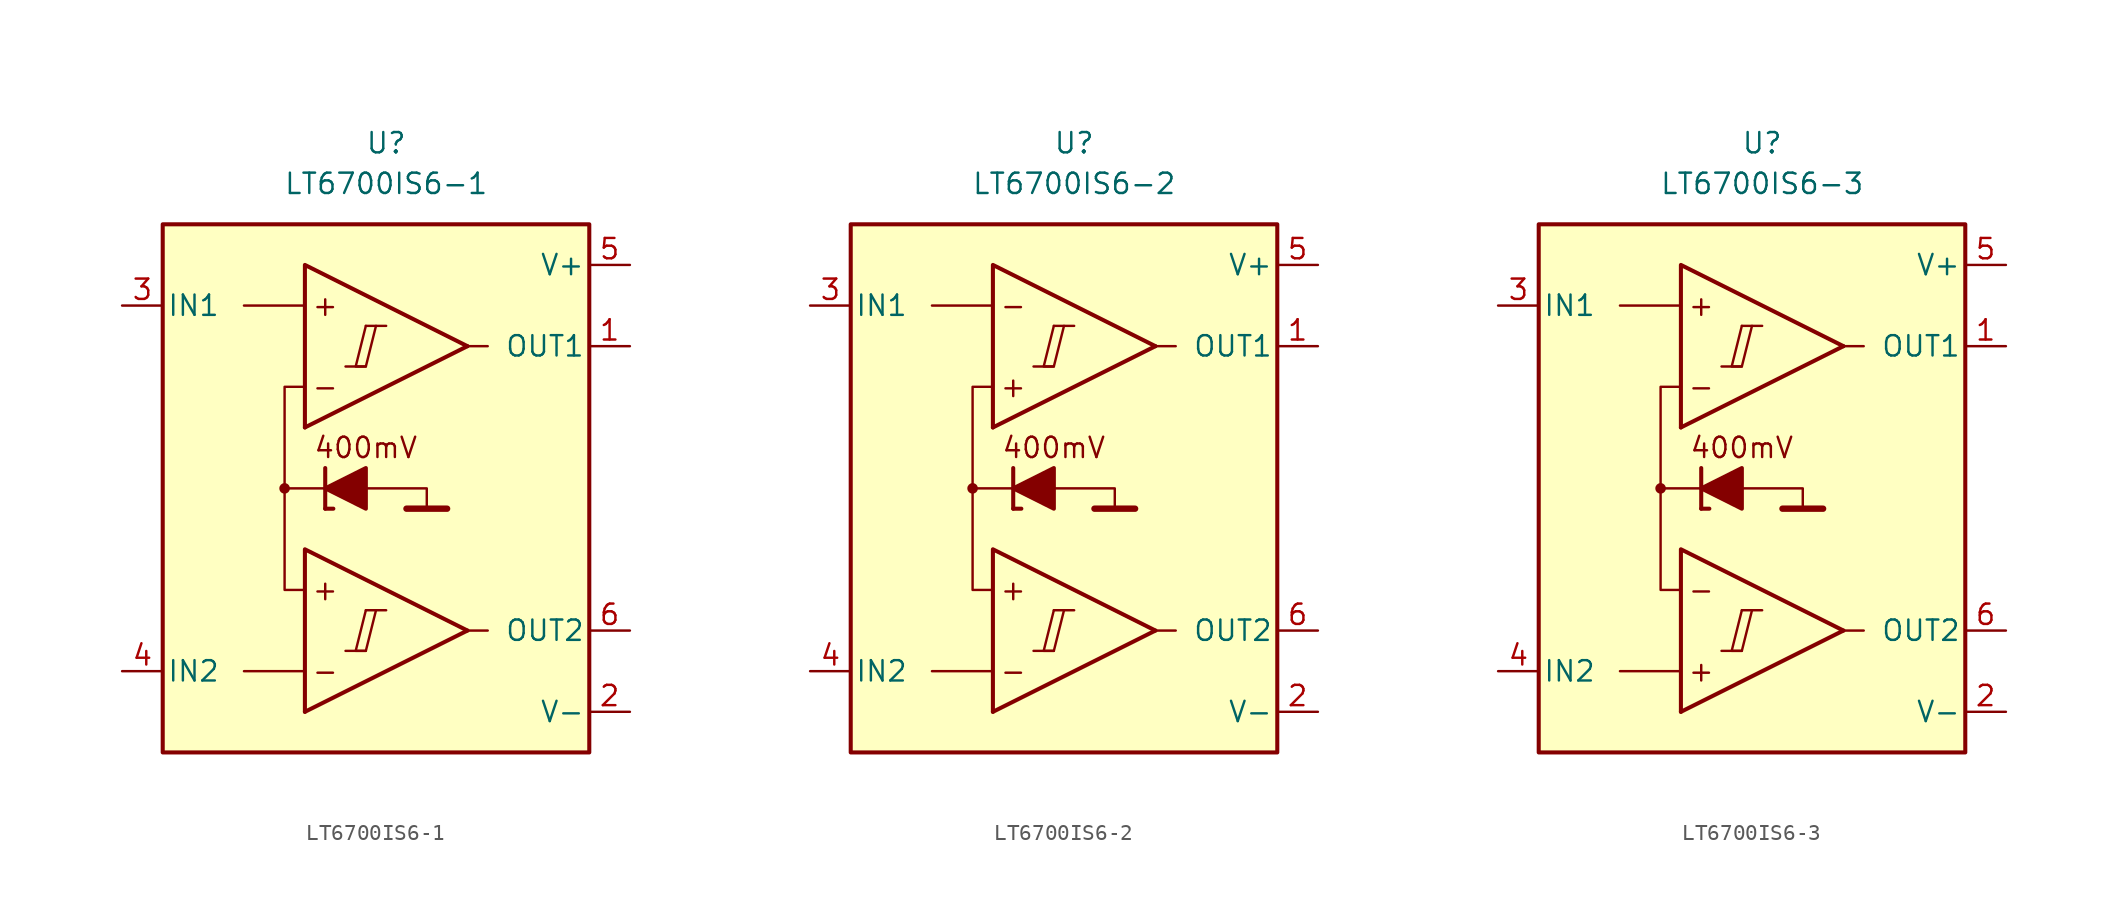
<source format=kicad_sym>
(kicad_symbol_lib
  (version 20211014)
  (generator kicad_symbol_editor)
  (symbol "LT6700IS6-1"
    (pin_names
      (offset 0.254))
    (property "Reference" "U"
      (at 0 22.86 0)
      (effects (font (size 1.27 1.27))))
    (property "Value" "LT6700IS6-1"
      (at 0 20.32 0)
      (effects (font (size 1.27 1.27))))
    (symbol "LT6700IS6-1_0_0"
      (rectangle (start -13.97 17.78) (end 12.7 -15.24) (stroke (width 0.254) (type default) (color 0 0 0 0)) (fill (type background)))
      (circle (center -6.35 1.27) (radius 0.254) (stroke (width 0.152) (type default) (color 0 0 0 0)) (fill (type outline)))
      (polyline (pts (xy -2.54 -8.89) (xy -1.27 -8.89)) (stroke (width 0.152) (type default) (color 0 0 0 0)) (fill (type none)))
      (polyline (pts (xy -2.54 8.89) (xy -1.27 8.89)) (stroke (width 0.152) (type default) (color 0 0 0 0)) (fill (type none)))
      (polyline (pts (xy -1.27 -6.35) (xy 0 -6.35)) (stroke (width 0.152) (type default) (color 0 0 0 0)) (fill (type none)))
      (polyline (pts (xy -1.27 11.43) (xy 0 11.43)) (stroke (width 0.152) (type default) (color 0 0 0 0)) (fill (type none)))
      (polyline (pts (xy 5.08 -7.62) (xy -5.08 -12.7)) (stroke (width 0.254) (type default) (color 0 0 0 0)) (fill (type none)))
      (polyline (pts (xy 5.08 10.16) (xy -5.08 5.08)) (stroke (width 0.254) (type default) (color 0 0 0 0)) (fill (type none)))
      (polyline (pts (xy 5.08 -7.62) (xy -5.08 -2.54) (xy -5.08 -12.7)) (stroke (width 0.254) (type default) (color 0 0 0 0)) (fill (type background)))
      (polyline (pts (xy 5.08 10.16) (xy -5.08 15.24) (xy -5.08 5.08)) (stroke (width 0.254) (type default) (color 0 0 0 0)) (fill (type background)))
      (polyline (pts (xy -1.27 -6.35) (xy -1.905 -8.89) (xy -1.27 -8.89) (xy -0.635 -6.35)) (stroke (width 0.152) (type default) (color 0 0 0 0)) (fill (type none)))
      (polyline (pts (xy -1.27 11.43) (xy -1.905 8.89) (xy -1.27 8.89) (xy -0.635 11.43)) (stroke (width 0.152) (type default) (color 0 0 0 0)) (fill (type none)))
      (text "+" (at -3.81 -5.08 0) (effects (font (size 1.27 1.27))))
      (text "+" (at -3.81 12.7 0) (effects (font (size 1.27 1.27))))
      (text "-" (at -3.81 -10.16 0) (effects (font (size 1.27 1.27))))
      (text "-" (at -3.81 7.62 0) (effects (font (size 1.27 1.27)))))
    (symbol "LT6700IS6-1_0_1"
      (polyline (pts (xy -5.08 -10.16) (xy -8.89 -10.16)) (stroke (width 0) (type default) (color 0 0 0 0)) (fill (type none)))
      (polyline (pts (xy -5.08 12.7) (xy -8.89 12.7)) (stroke (width 0) (type default) (color 0 0 0 0)) (fill (type none)))
      (polyline (pts (xy -3.81 0) (xy -3.81 2.54)) (stroke (width 0.254) (type default) (color 0 0 0 0)) (fill (type none)))
      (polyline (pts (xy -3.81 0) (xy -3.302 0)) (stroke (width 0.254) (type default) (color 0 0 0 0)) (fill (type none)))
      (polyline (pts (xy -3.81 1.27) (xy -6.35 1.27)) (stroke (width 0.152) (type default) (color 0 0 0 0)) (fill (type none)))
      (polyline (pts (xy 1.27 0) (xy 3.81 0)) (stroke (width 0.4) (type default) (color 0 0 0 0)) (fill (type none)))
      (polyline (pts (xy 5.08 -7.62) (xy 6.35 -7.62)) (stroke (width 0) (type default) (color 0 0 0 0)) (fill (type none)))
      (polyline (pts (xy 5.08 10.16) (xy 6.35 10.16)) (stroke (width 0) (type default) (color 0 0 0 0)) (fill (type none)))
      (polyline (pts (xy -1.27 1.27) (xy 2.54 1.27) (xy 2.54 0)) (stroke (width 0.152) (type default) (color 0 0 0 0)) (fill (type none)))
      (polyline (pts (xy -5.08 -5.08) (xy -6.35 -5.08) (xy -6.35 7.62) (xy -5.08 7.62)) (stroke (width 0.152) (type default) (color 0 0 0 0)) (fill (type none)))
      (polyline (pts (xy -1.27 2.54) (xy -1.27 0) (xy -3.81 1.27) (xy -1.27 2.54)) (stroke (width 0.254) (type default) (color 0 0 0 0)) (fill (type outline))))
    (symbol "LT6700IS6-1_1_0"
      (text "400mV" (at -1.27 3.81 0) (effects (font (size 1.27 1.27)))))
    (symbol "LT6700IS6-1_1_1"
      (pin output line (at 15.24 10.16 180) (length 2.54) (name "OUT1" (effects (font (size 1.27 1.27)))) (number "1" (effects (font (size 1.27 1.27)))))
      (pin power_in line (at 15.24 -12.7 180) (length 2.54) (name "V-" (effects (font (size 1.27 1.27)))) (number "2" (effects (font (size 1.27 1.27)))))
      (pin input line (at -16.51 12.7 0) (length 2.54) (name "IN1" (effects (font (size 1.27 1.27)))) (number "3" (effects (font (size 1.27 1.27)))))
      (pin input line (at -16.51 -10.16 0) (length 2.54) (name "IN2" (effects (font (size 1.27 1.27)))) (number "4" (effects (font (size 1.27 1.27)))))
      (pin power_in line (at 15.24 15.24 180) (length 2.54) (name "V+" (effects (font (size 1.27 1.27)))) (number "5" (effects (font (size 1.27 1.27)))))
      (pin output line (at 15.24 -7.62 180) (length 2.54) (name "OUT2" (effects (font (size 1.27 1.27)))) (number "6" (effects (font (size 1.27 1.27)))))))
  (symbol "LT6700IS6-2"
    (pin_names
      (offset 0.254))
    (property "Reference" "U"
      (at 0 22.86 0)
      (effects (font (size 1.27 1.27))))
    (property "Value" "LT6700IS6-2"
      (at 0 20.32 0)
      (effects (font (size 1.27 1.27))))
    (symbol "LT6700IS6-2_0_0"
      (rectangle (start -13.97 17.78) (end 12.7 -15.24) (stroke (width 0.254) (type default) (color 0 0 0 0)) (fill (type background)))
      (circle (center -6.35 1.27) (radius 0.254) (stroke (width 0.152) (type default) (color 0 0 0 0)) (fill (type outline)))
      (polyline (pts (xy -2.54 -8.89) (xy -1.27 -8.89)) (stroke (width 0.152) (type default) (color 0 0 0 0)) (fill (type none)))
      (polyline (pts (xy -2.54 8.89) (xy -1.27 8.89)) (stroke (width 0.152) (type default) (color 0 0 0 0)) (fill (type none)))
      (polyline (pts (xy -1.27 -6.35) (xy 0 -6.35)) (stroke (width 0.152) (type default) (color 0 0 0 0)) (fill (type none)))
      (polyline (pts (xy -1.27 11.43) (xy 0 11.43)) (stroke (width 0.152) (type default) (color 0 0 0 0)) (fill (type none)))
      (polyline (pts (xy 5.08 -7.62) (xy -5.08 -12.7)) (stroke (width 0.254) (type default) (color 0 0 0 0)) (fill (type none)))
      (polyline (pts (xy 5.08 10.16) (xy -5.08 5.08)) (stroke (width 0.254) (type default) (color 0 0 0 0)) (fill (type none)))
      (polyline (pts (xy 5.08 -7.62) (xy -5.08 -2.54) (xy -5.08 -12.7)) (stroke (width 0.254) (type default) (color 0 0 0 0)) (fill (type background)))
      (polyline (pts (xy 5.08 10.16) (xy -5.08 15.24) (xy -5.08 5.08)) (stroke (width 0.254) (type default) (color 0 0 0 0)) (fill (type background)))
      (polyline (pts (xy -1.27 -6.35) (xy -1.905 -8.89) (xy -1.27 -8.89) (xy -0.635 -6.35)) (stroke (width 0.152) (type default) (color 0 0 0 0)) (fill (type none)))
      (polyline (pts (xy -1.27 11.43) (xy -1.905 8.89) (xy -1.27 8.89) (xy -0.635 11.43)) (stroke (width 0.152) (type default) (color 0 0 0 0)) (fill (type none)))
      (text "+" (at -3.81 -5.08 0) (effects (font (size 1.27 1.27))))
      (text "+" (at -3.81 7.62 0) (effects (font (size 1.27 1.27))))
      (text "-" (at -3.81 -10.16 0) (effects (font (size 1.27 1.27))))
      (text "-" (at -3.81 12.7 0) (effects (font (size 1.27 1.27)))))
    (symbol "LT6700IS6-2_0_1"
      (polyline (pts (xy -5.08 -10.16) (xy -8.89 -10.16)) (stroke (width 0) (type default) (color 0 0 0 0)) (fill (type none)))
      (polyline (pts (xy -5.08 12.7) (xy -8.89 12.7)) (stroke (width 0) (type default) (color 0 0 0 0)) (fill (type none)))
      (polyline (pts (xy -3.81 0) (xy -3.81 2.54)) (stroke (width 0.254) (type default) (color 0 0 0 0)) (fill (type none)))
      (polyline (pts (xy -3.81 0) (xy -3.302 0)) (stroke (width 0.254) (type default) (color 0 0 0 0)) (fill (type none)))
      (polyline (pts (xy -3.81 1.27) (xy -6.35 1.27)) (stroke (width 0.152) (type default) (color 0 0 0 0)) (fill (type none)))
      (polyline (pts (xy 1.27 0) (xy 3.81 0)) (stroke (width 0.4) (type default) (color 0 0 0 0)) (fill (type none)))
      (polyline (pts (xy 5.08 -7.62) (xy 6.35 -7.62)) (stroke (width 0) (type default) (color 0 0 0 0)) (fill (type none)))
      (polyline (pts (xy 5.08 10.16) (xy 6.35 10.16)) (stroke (width 0) (type default) (color 0 0 0 0)) (fill (type none)))
      (polyline (pts (xy -1.27 1.27) (xy 2.54 1.27) (xy 2.54 0)) (stroke (width 0.152) (type default) (color 0 0 0 0)) (fill (type none)))
      (polyline (pts (xy -5.08 -5.08) (xy -6.35 -5.08) (xy -6.35 7.62) (xy -5.08 7.62)) (stroke (width 0.152) (type default) (color 0 0 0 0)) (fill (type none)))
      (polyline (pts (xy -1.27 2.54) (xy -1.27 0) (xy -3.81 1.27) (xy -1.27 2.54)) (stroke (width 0.254) (type default) (color 0 0 0 0)) (fill (type outline))))
    (symbol "LT6700IS6-2_1_0"
      (text "400mV" (at -1.27 3.81 0) (effects (font (size 1.27 1.27)))))
    (symbol "LT6700IS6-2_1_1"
      (pin output line (at 15.24 10.16 180) (length 2.54) (name "OUT1" (effects (font (size 1.27 1.27)))) (number "1" (effects (font (size 1.27 1.27)))))
      (pin power_in line (at 15.24 -12.7 180) (length 2.54) (name "V-" (effects (font (size 1.27 1.27)))) (number "2" (effects (font (size 1.27 1.27)))))
      (pin input line (at -16.51 12.7 0) (length 2.54) (name "IN1" (effects (font (size 1.27 1.27)))) (number "3" (effects (font (size 1.27 1.27)))))
      (pin input line (at -16.51 -10.16 0) (length 2.54) (name "IN2" (effects (font (size 1.27 1.27)))) (number "4" (effects (font (size 1.27 1.27)))))
      (pin power_in line (at 15.24 15.24 180) (length 2.54) (name "V+" (effects (font (size 1.27 1.27)))) (number "5" (effects (font (size 1.27 1.27)))))
      (pin output line (at 15.24 -7.62 180) (length 2.54) (name "OUT2" (effects (font (size 1.27 1.27)))) (number "6" (effects (font (size 1.27 1.27)))))))
  (symbol "LT6700IS6-3"
    (pin_names
      (offset 0.254))
    (property "Reference" "U"
      (at 0 22.86 0)
      (effects (font (size 1.27 1.27))))
    (property "Value" "LT6700IS6-3"
      (at 0 20.32 0)
      (effects (font (size 1.27 1.27))))
    (symbol "LT6700IS6-3_0_0"
      (rectangle (start -13.97 17.78) (end 12.7 -15.24) (stroke (width 0.254) (type default) (color 0 0 0 0)) (fill (type background)))
      (circle (center -6.35 1.27) (radius 0.254) (stroke (width 0.152) (type default) (color 0 0 0 0)) (fill (type outline)))
      (polyline (pts (xy -2.54 -8.89) (xy -1.27 -8.89)) (stroke (width 0.152) (type default) (color 0 0 0 0)) (fill (type none)))
      (polyline (pts (xy -2.54 8.89) (xy -1.27 8.89)) (stroke (width 0.152) (type default) (color 0 0 0 0)) (fill (type none)))
      (polyline (pts (xy -1.27 -6.35) (xy 0 -6.35)) (stroke (width 0.152) (type default) (color 0 0 0 0)) (fill (type none)))
      (polyline (pts (xy -1.27 11.43) (xy 0 11.43)) (stroke (width 0.152) (type default) (color 0 0 0 0)) (fill (type none)))
      (polyline (pts (xy 5.08 -7.62) (xy -5.08 -12.7)) (stroke (width 0.254) (type default) (color 0 0 0 0)) (fill (type none)))
      (polyline (pts (xy 5.08 10.16) (xy -5.08 5.08)) (stroke (width 0.254) (type default) (color 0 0 0 0)) (fill (type none)))
      (polyline (pts (xy 5.08 -7.62) (xy -5.08 -2.54) (xy -5.08 -12.7)) (stroke (width 0.254) (type default) (color 0 0 0 0)) (fill (type background)))
      (polyline (pts (xy 5.08 10.16) (xy -5.08 15.24) (xy -5.08 5.08)) (stroke (width 0.254) (type default) (color 0 0 0 0)) (fill (type background)))
      (polyline (pts (xy -1.27 -6.35) (xy -1.905 -8.89) (xy -1.27 -8.89) (xy -0.635 -6.35)) (stroke (width 0.152) (type default) (color 0 0 0 0)) (fill (type none)))
      (polyline (pts (xy -1.27 11.43) (xy -1.905 8.89) (xy -1.27 8.89) (xy -0.635 11.43)) (stroke (width 0.152) (type default) (color 0 0 0 0)) (fill (type none)))
      (text "+" (at -3.81 -10.16 0) (effects (font (size 1.27 1.27))))
      (text "+" (at -3.81 12.7 0) (effects (font (size 1.27 1.27))))
      (text "-" (at -3.81 -5.08 0) (effects (font (size 1.27 1.27))))
      (text "-" (at -3.81 7.62 0) (effects (font (size 1.27 1.27)))))
    (symbol "LT6700IS6-3_0_1"
      (polyline (pts (xy -5.08 -10.16) (xy -8.89 -10.16)) (stroke (width 0) (type default) (color 0 0 0 0)) (fill (type none)))
      (polyline (pts (xy -5.08 12.7) (xy -8.89 12.7)) (stroke (width 0) (type default) (color 0 0 0 0)) (fill (type none)))
      (polyline (pts (xy -3.81 0) (xy -3.81 2.54)) (stroke (width 0.254) (type default) (color 0 0 0 0)) (fill (type none)))
      (polyline (pts (xy -3.81 0) (xy -3.302 0)) (stroke (width 0.254) (type default) (color 0 0 0 0)) (fill (type none)))
      (polyline (pts (xy -3.81 1.27) (xy -6.35 1.27)) (stroke (width 0.152) (type default) (color 0 0 0 0)) (fill (type none)))
      (polyline (pts (xy 1.27 0) (xy 3.81 0)) (stroke (width 0.4) (type default) (color 0 0 0 0)) (fill (type none)))
      (polyline (pts (xy 5.08 -7.62) (xy 6.35 -7.62)) (stroke (width 0) (type default) (color 0 0 0 0)) (fill (type none)))
      (polyline (pts (xy 5.08 10.16) (xy 6.35 10.16)) (stroke (width 0) (type default) (color 0 0 0 0)) (fill (type none)))
      (polyline (pts (xy -1.27 1.27) (xy 2.54 1.27) (xy 2.54 0)) (stroke (width 0.152) (type default) (color 0 0 0 0)) (fill (type none)))
      (polyline (pts (xy -5.08 -5.08) (xy -6.35 -5.08) (xy -6.35 7.62) (xy -5.08 7.62)) (stroke (width 0.152) (type default) (color 0 0 0 0)) (fill (type none)))
      (polyline (pts (xy -1.27 2.54) (xy -1.27 0) (xy -3.81 1.27) (xy -1.27 2.54)) (stroke (width 0.254) (type default) (color 0 0 0 0)) (fill (type outline))))
    (symbol "LT6700IS6-3_1_0"
      (text "400mV" (at -1.27 3.81 0) (effects (font (size 1.27 1.27)))))
    (symbol "LT6700IS6-3_1_1"
      (pin output line (at 15.24 10.16 180) (length 2.54) (name "OUT1" (effects (font (size 1.27 1.27)))) (number "1" (effects (font (size 1.27 1.27)))))
      (pin power_in line (at 15.24 -12.7 180) (length 2.54) (name "V-" (effects (font (size 1.27 1.27)))) (number "2" (effects (font (size 1.27 1.27)))))
      (pin input line (at -16.51 12.7 0) (length 2.54) (name "IN1" (effects (font (size 1.27 1.27)))) (number "3" (effects (font (size 1.27 1.27)))))
      (pin input line (at -16.51 -10.16 0) (length 2.54) (name "IN2" (effects (font (size 1.27 1.27)))) (number "4" (effects (font (size 1.27 1.27)))))
      (pin power_in line (at 15.24 15.24 180) (length 2.54) (name "V+" (effects (font (size 1.27 1.27)))) (number "5" (effects (font (size 1.27 1.27)))))
      (pin output line (at 15.24 -7.62 180) (length 2.54) (name "OUT2" (effects (font (size 1.27 1.27)))) (number "6" (effects (font (size 1.27 1.27))))))))
</source>
